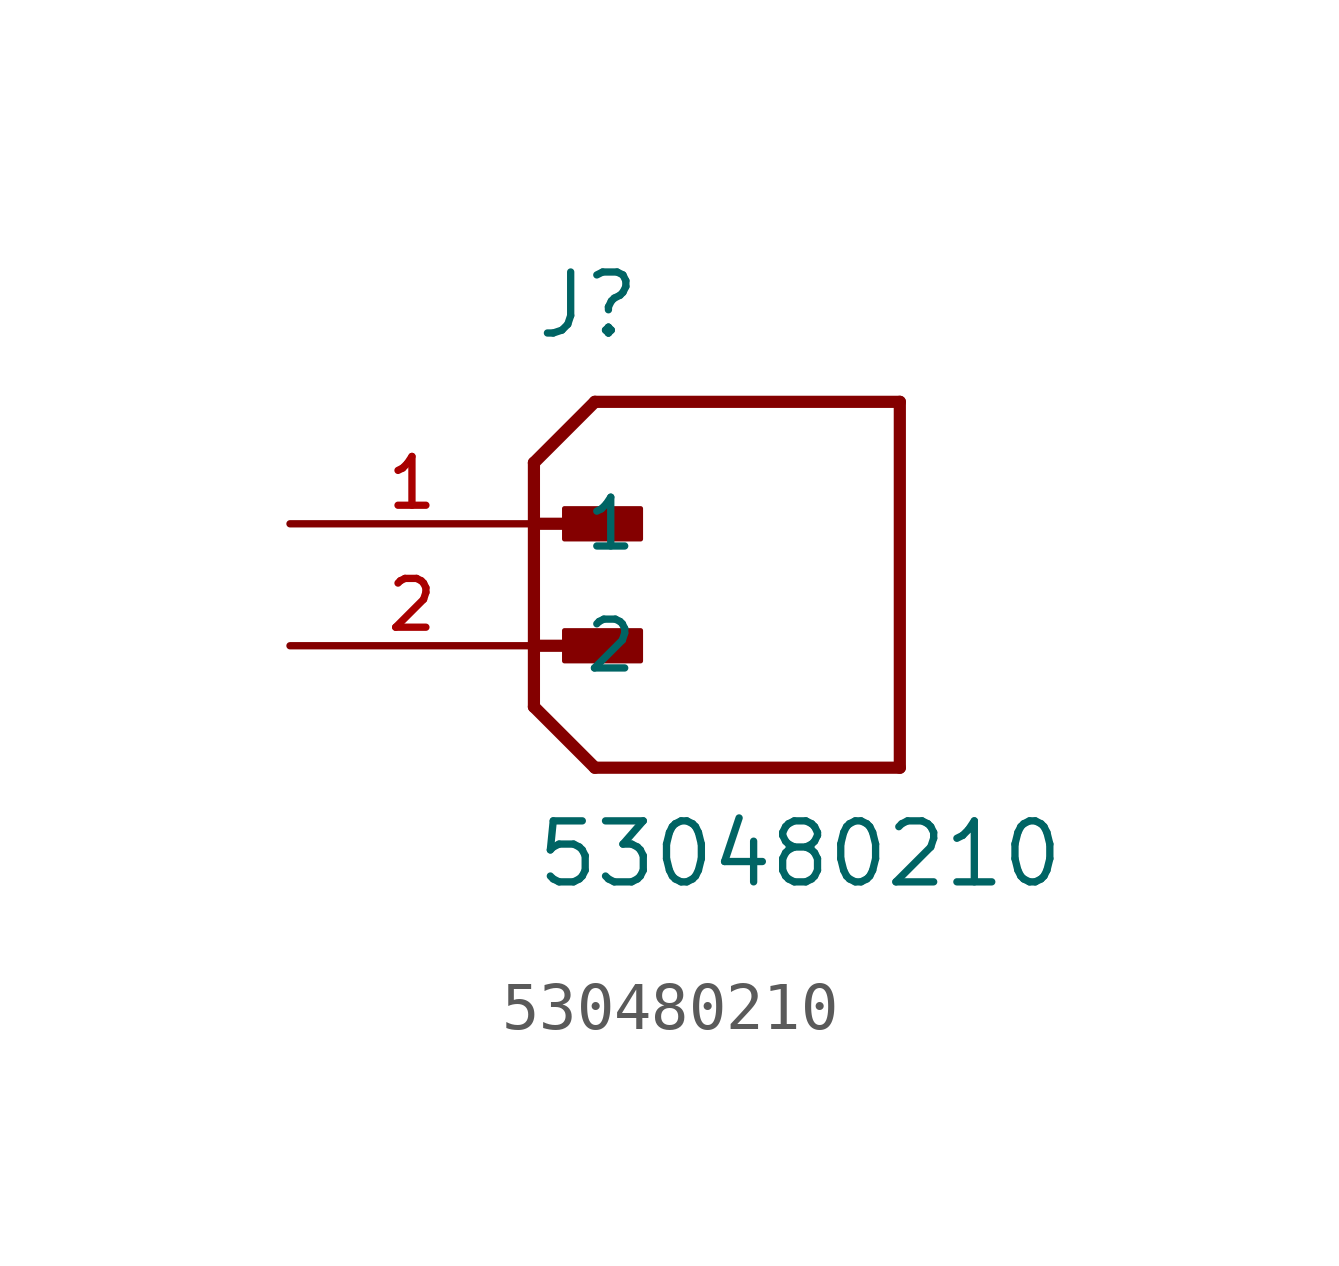
<source format=kicad_sym>
(kicad_symbol_lib
  (version 20231120)
  (generator "kicad_symbol_editor")
  (generator_version "8.0")
  (symbol "530480210"
    (pin_names
      (offset 1.016))
    (property "Reference" "J"
      (at 0 3.81 0)
      (effects (font (size 1.27 1.27)) (justify left bottom)))
    (property "Value" "530480210"
      (at 0 -7.62 0)
      (effects (font (size 1.27 1.27)) (justify left bottom)))
    (symbol "530480210_0_0"
      (polyline (pts (xy 0 -3.81) (xy 1.27 -5.08)) (stroke (width 0.254) (type default)) (fill (type none)))
      (polyline (pts (xy 0 -2.54) (xy 1.905 -2.54)) (stroke (width 0.254) (type default)) (fill (type none)))
      (polyline (pts (xy 0 0) (xy 1.905 0)) (stroke (width 0.254) (type default)) (fill (type none)))
      (polyline (pts (xy 0 1.27) (xy 0 -3.81)) (stroke (width 0.254) (type default)) (fill (type none)))
      (polyline (pts (xy 0 1.27) (xy 1.27 2.54)) (stroke (width 0.254) (type default)) (fill (type none)))
      (polyline (pts (xy 1.27 -5.08) (xy 7.62 -5.08)) (stroke (width 0.254) (type default)) (fill (type none)))
      (polyline (pts (xy 7.62 -5.08) (xy 7.62 2.54)) (stroke (width 0.254) (type default)) (fill (type none)))
      (polyline (pts (xy 7.62 2.54) (xy 1.27 2.54)) (stroke (width 0.254) (type default)) (fill (type none)))
      (rectangle (start 0.635 -2.857) (end 2.223 -2.223) (stroke (width 0.1) (type default)) (fill (type outline)))
      (rectangle (start 0.635 -0.318) (end 2.223 0.318) (stroke (width 0.1) (type default)) (fill (type outline)))
      (pin passive line (at -5.08 0 0) (length 5.08) (name "1" (effects (font (size 1.016 1.016)))) (number "1" (effects (font (size 1.016 1.016)))))
      (pin passive line (at -5.08 -2.54 0) (length 5.08) (name "2" (effects (font (size 1.016 1.016)))) (number "2" (effects (font (size 1.016 1.016))))))))
</source>
